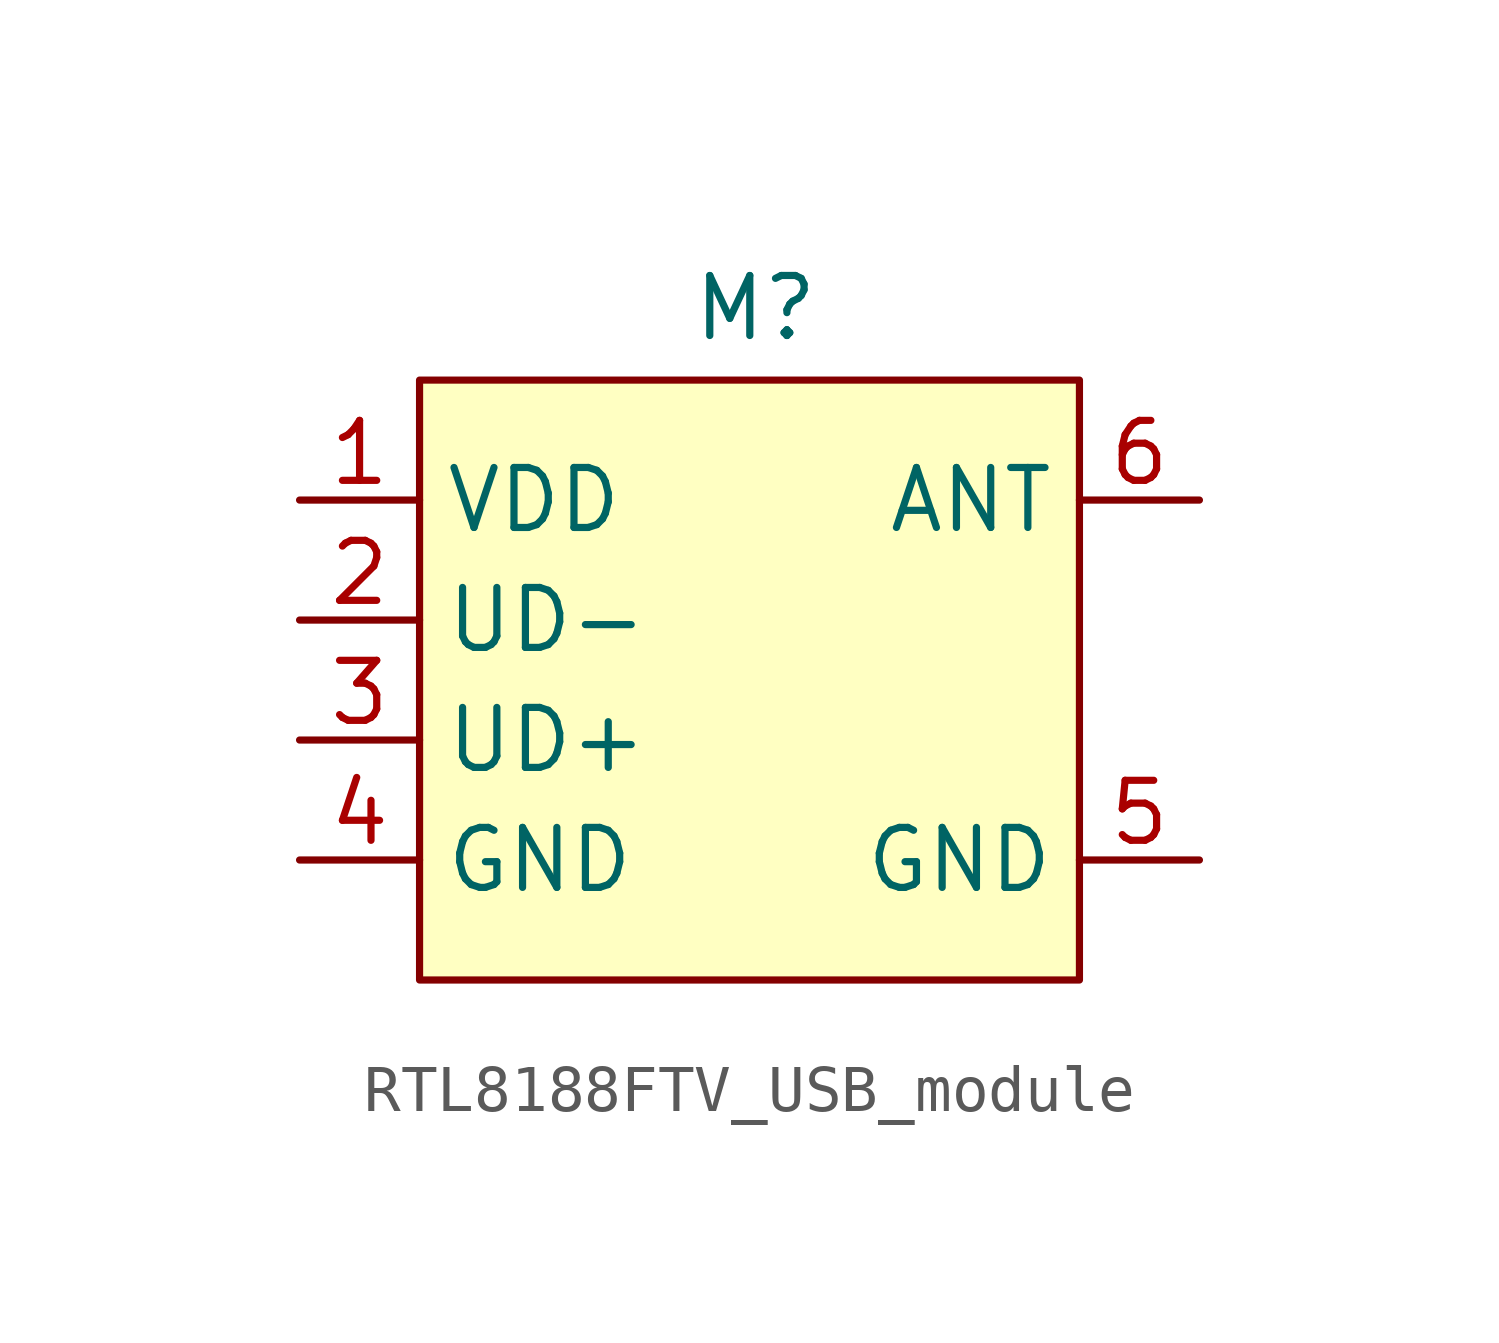
<source format=kicad_sym>
(kicad_symbol_lib
  (version 20231120)
  (generator "kicad_symbol_editor")
  (generator_version "8.0")
  (symbol "RTL8188FTV_USB_module"
    (property "Reference" "M"
      (at 9.652 7.874 0)
      (effects (font (size 1.27 1.27))))
    (property "Value" ""
      (at 0 0 0)
      (effects (font (size 1.27 1.27))))
    (symbol "RTL8188FTV_USB_module_1_1"
      (rectangle (start 2.54 6.35) (end 16.51 -6.35) (stroke (width 0) (type default)) (fill (type background)))
      (pin power_in line (at 0 3.81 0) (length 2.54) (name "VDD" (effects (font (size 1.27 1.27)))) (number "1" (effects (font (size 1.27 1.27)))))
      (pin bidirectional line (at 0 1.27 0) (length 2.54) (name "UD-" (effects (font (size 1.27 1.27)))) (number "2" (effects (font (size 1.27 1.27)))))
      (pin bidirectional line (at 0 -1.27 0) (length 2.54) (name "UD+" (effects (font (size 1.27 1.27)))) (number "3" (effects (font (size 1.27 1.27)))))
      (pin power_in line (at 0 -3.81 0) (length 2.54) (name "GND" (effects (font (size 1.27 1.27)))) (number "4" (effects (font (size 1.27 1.27)))))
      (pin power_out line (at 19.05 -3.81 180) (length 2.54) (name "GND" (effects (font (size 1.27 1.27)))) (number "5" (effects (font (size 1.27 1.27)))))
      (pin output line (at 19.05 3.81 180) (length 2.54) (name "ANT" (effects (font (size 1.27 1.27)))) (number "6" (effects (font (size 1.27 1.27))))))))
</source>
